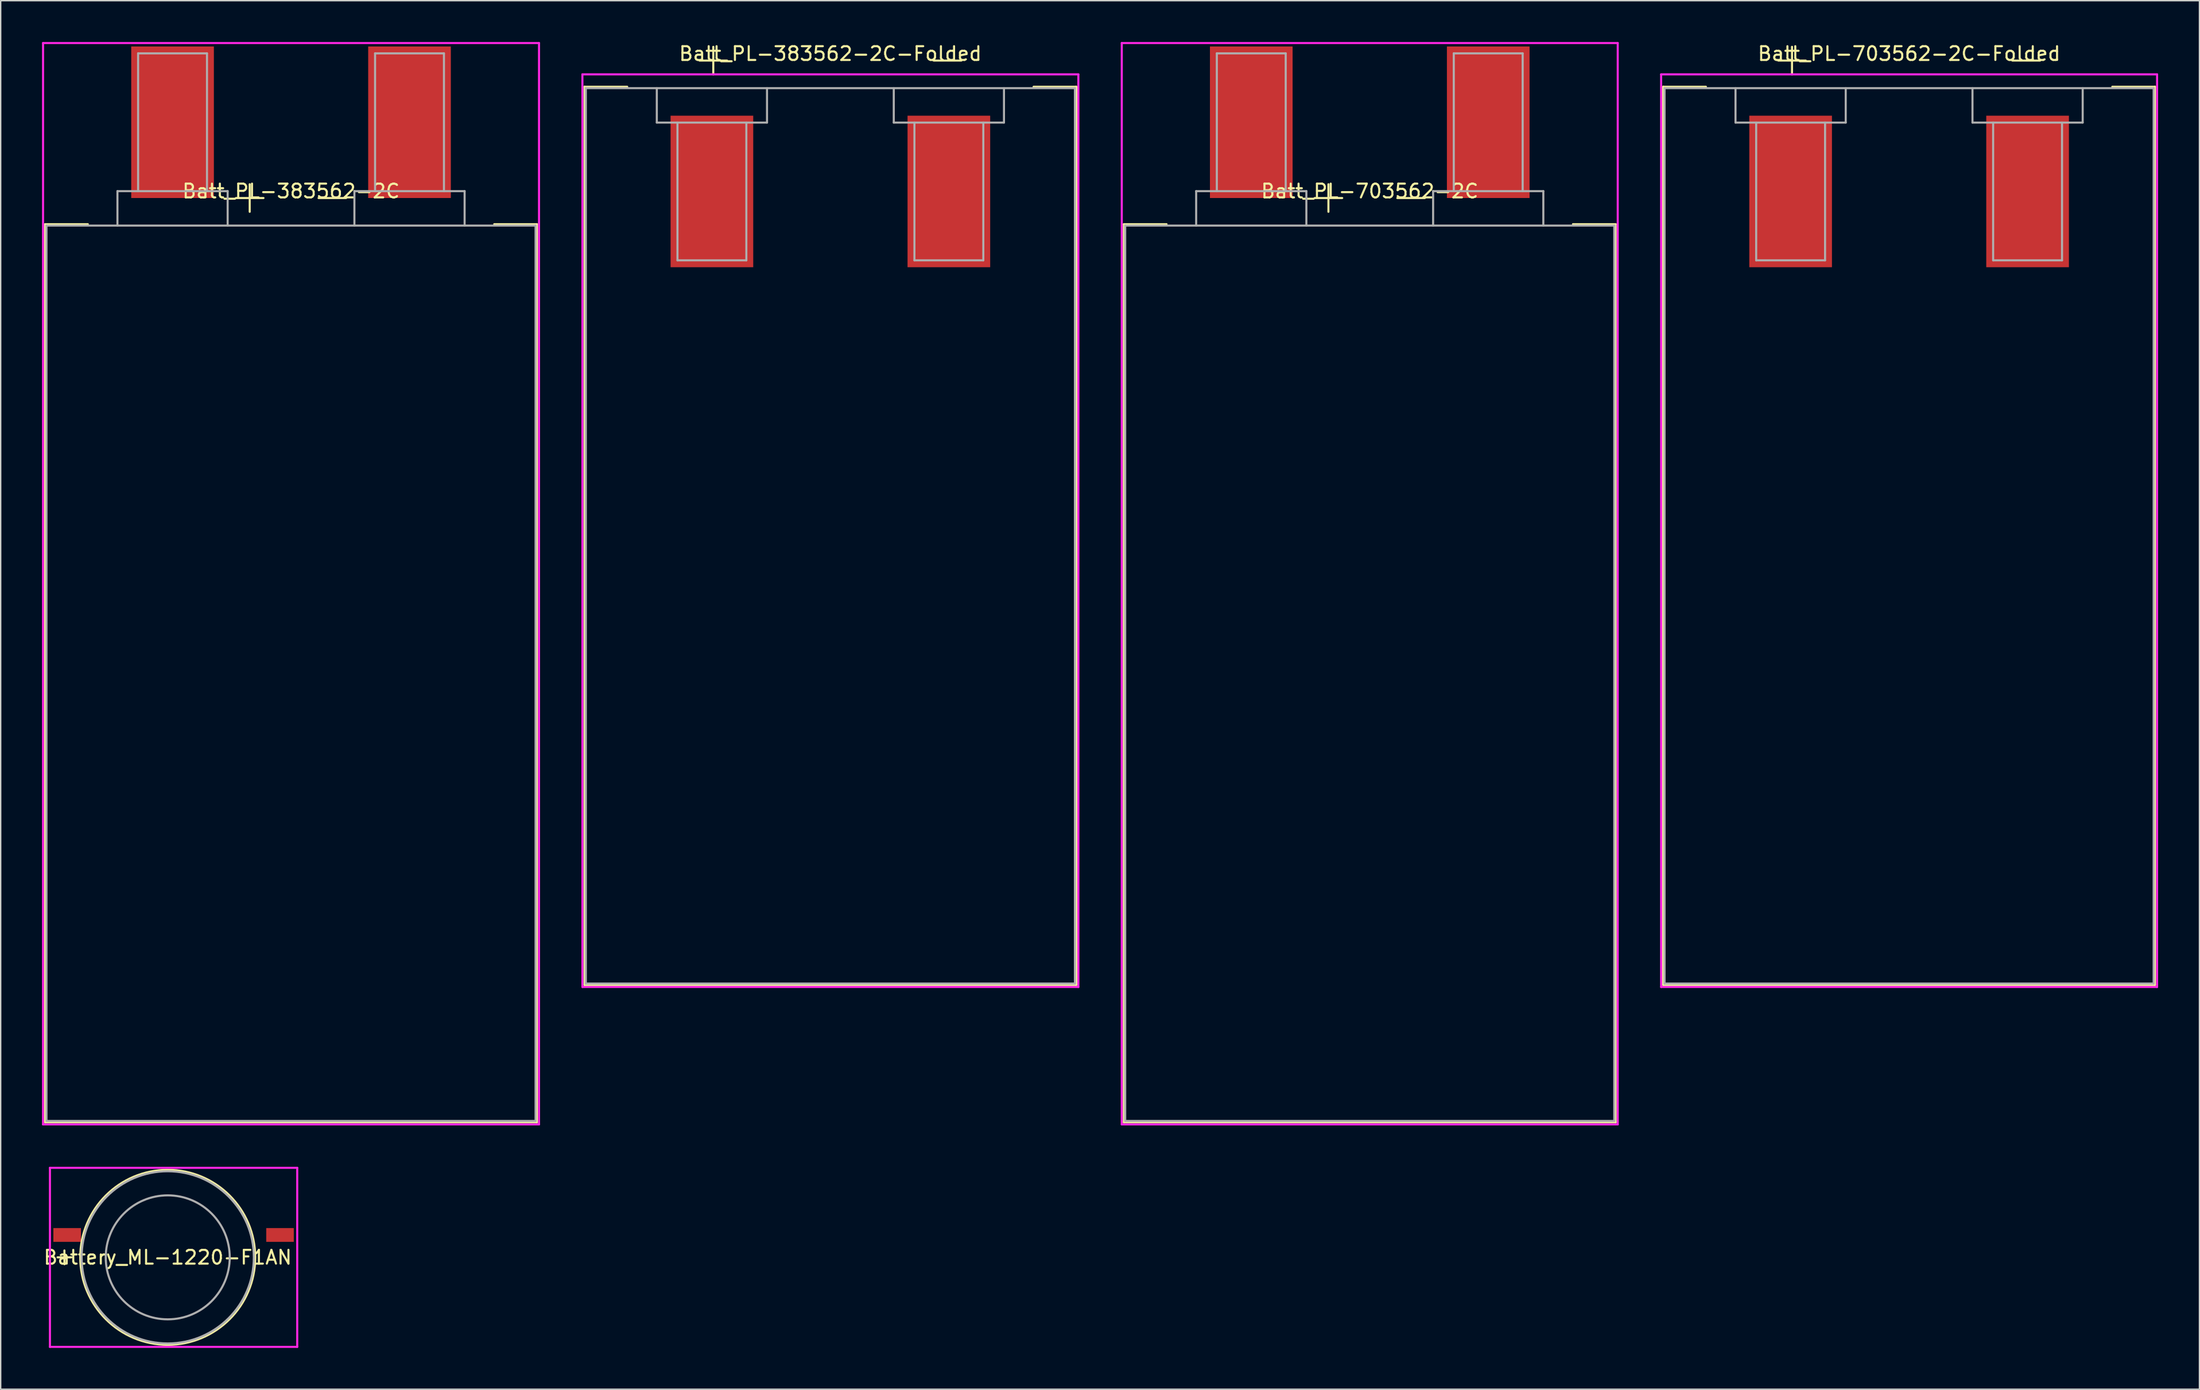
<source format=kicad_pcb>
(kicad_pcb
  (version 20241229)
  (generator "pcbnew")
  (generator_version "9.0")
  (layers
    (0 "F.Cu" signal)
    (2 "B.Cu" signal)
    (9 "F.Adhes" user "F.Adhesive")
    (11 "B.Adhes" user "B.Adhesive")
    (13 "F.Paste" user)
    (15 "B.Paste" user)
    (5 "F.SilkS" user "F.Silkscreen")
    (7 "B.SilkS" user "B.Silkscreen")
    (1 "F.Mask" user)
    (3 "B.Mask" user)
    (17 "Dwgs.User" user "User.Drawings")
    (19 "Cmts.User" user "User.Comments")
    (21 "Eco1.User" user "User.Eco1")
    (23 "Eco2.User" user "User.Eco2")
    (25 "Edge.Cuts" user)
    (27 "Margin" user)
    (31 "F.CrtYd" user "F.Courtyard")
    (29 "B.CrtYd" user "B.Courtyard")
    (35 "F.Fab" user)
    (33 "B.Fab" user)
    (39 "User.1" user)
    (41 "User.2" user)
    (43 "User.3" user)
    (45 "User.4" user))
  (footprint "Batt_PL-383562-2C-Folded"
    (layer "F.Cu")
    (at 57.225 3.348)
    (property "Reference" "Batt_PL-383562-2C-Folded" (at 0 -2.5 0) (layer "F.SilkS") (effects (font (size 1 1) (thickness 0.15))))
    (attr through_hole)
    (fp_line (start -17.85 -0.1) (end -14.75 -0.1) (stroke (width 0.15) (type solid)) (layer "F.SilkS"))
    (fp_line (start -17.85 65.1) (end -17.85 -0.1) (stroke (width 0.15) (type solid)) (layer "F.SilkS"))
    (fp_line (start -9.5 -2) (end -7.5 -2) (stroke (width 0.15) (type solid)) (layer "F.SilkS"))
    (fp_line (start -8.5 -3) (end -8.5 -1) (stroke (width 0.15) (type solid)) (layer "F.SilkS"))
    (fp_line (start 7.5 -2) (end 9.5 -2) (stroke (width 0.15) (type solid)) (layer "F.SilkS"))
    (fp_line (start 14.75 -0.1) (end 17.85 -0.1) (stroke (width 0.15) (type solid)) (layer "F.SilkS"))
    (fp_line (start 17.85 -0.1) (end 17.85 65.1) (stroke (width 0.15) (type solid)) (layer "F.SilkS"))
    (fp_line (start 17.85 65.1) (end -17.85 65.1) (stroke (width 0.15) (type solid)) (layer "F.SilkS"))
    (fp_line (start -18 -1) (end -18 65.25) (stroke (width 0.15) (type solid)) (layer "F.CrtYd"))
    (fp_line (start -18 65.25) (end 18 65.25) (stroke (width 0.15) (type solid)) (layer "F.CrtYd"))
    (fp_line (start 18 -1) (end -18 -1) (stroke (width 0.15) (type solid)) (layer "F.CrtYd"))
    (fp_line (start 18 65.25) (end 18 -1) (stroke (width 0.15) (type solid)) (layer "F.CrtYd"))
    (fp_line (start -17.75 0) (end 17.75 0) (stroke (width 0.15) (type solid)) (layer "F.Fab"))
    (fp_line (start -17.75 65) (end -17.75 0) (stroke (width 0.15) (type solid)) (layer "F.Fab"))
    (fp_line (start -12.6 0) (end -12.6 2.5) (stroke (width 0.15) (type solid)) (layer "F.Fab"))
    (fp_line (start -12.6 2.5) (end -4.6 2.5) (stroke (width 0.15) (type solid)) (layer "F.Fab"))
    (fp_line (start -11.1 2.5) (end -11.1 12.5) (stroke (width 0.15) (type solid)) (layer "F.Fab"))
    (fp_line (start -11.1 12.5) (end -6.1 12.5) (stroke (width 0.15) (type solid)) (layer "F.Fab"))
    (fp_line (start -6.1 12.5) (end -6.1 2.5) (stroke (width 0.15) (type solid)) (layer "F.Fab"))
    (fp_line (start -4.6 2.5) (end -4.6 0) (stroke (width 0.15) (type solid)) (layer "F.Fab"))
    (fp_line (start 4.6 0) (end 4.6 2.5) (stroke (width 0.15) (type solid)) (layer "F.Fab"))
    (fp_line (start 4.6 2.5) (end 12.6 2.5) (stroke (width 0.15) (type solid)) (layer "F.Fab"))
    (fp_line (start 6.1 2.5) (end 6.1 12.5) (stroke (width 0.15) (type solid)) (layer "F.Fab"))
    (fp_line (start 6.1 12.5) (end 11.1 12.5) (stroke (width 0.15) (type solid)) (layer "F.Fab"))
    (fp_line (start 11.1 12.5) (end 11.1 2.5) (stroke (width 0.15) (type solid)) (layer "F.Fab"))
    (fp_line (start 12.6 2.5) (end 12.6 0) (stroke (width 0.15) (type solid)) (layer "F.Fab"))
    (fp_line (start 17.75 0) (end 17.75 65) (stroke (width 0.15) (type solid)) (layer "F.Fab"))
    (fp_line (start 17.75 65) (end -17.75 65) (stroke (width 0.15) (type solid)) (layer "F.Fab"))
    (pad "1" smd rect (at -8.6 7.5) (size 6 11) (layers "F.Cu" "F.Mask"))
    (pad "2" smd rect (at 8.6 7.5) (size 6 11) (layers "F.Cu" "F.Mask")))
  (footprint "Battery_ML-1220-F1AN"
    (layer "F.Cu")
    (at 9.125 88.225)
    (property "Reference" "Battery_ML-1220-F1AN" (at 0 0 0) (layer "F.SilkS") (effects (font (size 1 1) (thickness 0.15))))
    (attr through_hole)
    (fp_line (start -8 0) (end -7 0) (stroke (width 0.15) (type solid)) (layer "F.SilkS"))
    (fp_line (start -7.5 -0.5) (end -7.5 0.5) (stroke (width 0.15) (type solid)) (layer "F.SilkS"))
    (fp_circle (center 0 0) (end 0 -6.35) (stroke (width 0.15) (type solid)) (fill no) (layer "F.SilkS"))
    (fp_line (start -8.55 -6.5) (end 9.4 -6.5) (stroke (width 0.15) (type solid)) (layer "F.CrtYd"))
    (fp_line (start -8.55 6.5) (end -8.55 -6.5) (stroke (width 0.15) (type solid)) (layer "F.CrtYd"))
    (fp_line (start 9.4 -6.5) (end 9.4 6.5) (stroke (width 0.15) (type solid)) (layer "F.CrtYd"))
    (fp_line (start 9.4 6.5) (end -8.55 6.5) (stroke (width 0.15) (type solid)) (layer "F.CrtYd"))
    (fp_circle (center 0 0) (end 0 -6.25) (stroke (width 0.15) (type solid)) (fill no) (layer "F.Fab"))
    (fp_circle (center 0 0) (end 4.5 0) (stroke (width 0.15) (type solid)) (fill no) (layer "F.Fab"))
    (pad "1" smd rect (at -7.3 -1.625) (size 2 1) (layers "F.Cu" "F.Mask" "F.Paste"))
    (pad "2" smd rect (at 8.15 -1.625) (size 2 1) (layers "F.Cu" "F.Mask" "F.Paste")))
  (footprint "Batt_PL-383562-2C"
    (layer "F.Cu")
    (at 18.075 13.325)
    (property "Reference" "Batt_PL-383562-2C" (at 0 -2.5 0) (layer "F.SilkS") (effects (font (size 1 1) (thickness 0.15))))
    (attr through_hole)
    (fp_line (start -17.85 -0.1) (end -14.75 -0.1) (stroke (width 0.15) (type solid)) (layer "F.SilkS"))
    (fp_line (start -17.85 65.1) (end -17.85 -0.1) (stroke (width 0.15) (type solid)) (layer "F.SilkS"))
    (fp_line (start -4 -2) (end -2 -2) (stroke (width 0.15) (type solid)) (layer "F.SilkS"))
    (fp_line (start -3 -3) (end -3 -1) (stroke (width 0.15) (type solid)) (layer "F.SilkS"))
    (fp_line (start 2 -2) (end 4 -2) (stroke (width 0.15) (type solid)) (layer "F.SilkS"))
    (fp_line (start 14.75 -0.1) (end 17.85 -0.1) (stroke (width 0.15) (type solid)) (layer "F.SilkS"))
    (fp_line (start 17.85 -0.1) (end 17.85 65.1) (stroke (width 0.15) (type solid)) (layer "F.SilkS"))
    (fp_line (start 17.85 65.1) (end -17.85 65.1) (stroke (width 0.15) (type solid)) (layer "F.SilkS"))
    (fp_line (start -18 -13.25) (end -18 65.25) (stroke (width 0.15) (type solid)) (layer "F.CrtYd"))
    (fp_line (start -18 65.25) (end 18 65.25) (stroke (width 0.15) (type solid)) (layer "F.CrtYd"))
    (fp_line (start 18 -13.25) (end -18 -13.25) (stroke (width 0.15) (type solid)) (layer "F.CrtYd"))
    (fp_line (start 18 65.25) (end 18 -13.25) (stroke (width 0.15) (type solid)) (layer "F.CrtYd"))
    (fp_line (start -17.75 0) (end 17.75 0) (stroke (width 0.15) (type solid)) (layer "F.Fab"))
    (fp_line (start -17.75 65) (end -17.75 0) (stroke (width 0.15) (type solid)) (layer "F.Fab"))
    (fp_line (start -12.6 -2.5) (end -4.6 -2.5) (stroke (width 0.15) (type solid)) (layer "F.Fab"))
    (fp_line (start -12.6 0) (end -12.6 -2.5) (stroke (width 0.15) (type solid)) (layer "F.Fab"))
    (fp_line (start -11.1 -12.5) (end -6.1 -12.5) (stroke (width 0.15) (type solid)) (layer "F.Fab"))
    (fp_line (start -11.1 -2.5) (end -11.1 -12.5) (stroke (width 0.15) (type solid)) (layer "F.Fab"))
    (fp_line (start -6.1 -12.5) (end -6.1 -2.5) (stroke (width 0.15) (type solid)) (layer "F.Fab"))
    (fp_line (start -4.6 -2.5) (end -4.6 0) (stroke (width 0.15) (type solid)) (layer "F.Fab"))
    (fp_line (start 4.6 -2.5) (end 12.6 -2.5) (stroke (width 0.15) (type solid)) (layer "F.Fab"))
    (fp_line (start 4.6 0) (end 4.6 -2.5) (stroke (width 0.15) (type solid)) (layer "F.Fab"))
    (fp_line (start 6.1 -12.5) (end 11.1 -12.5) (stroke (width 0.15) (type solid)) (layer "F.Fab"))
    (fp_line (start 6.1 -2.5) (end 6.1 -12.5) (stroke (width 0.15) (type solid)) (layer "F.Fab"))
    (fp_line (start 11.1 -12.5) (end 11.1 -2.5) (stroke (width 0.15) (type solid)) (layer "F.Fab"))
    (fp_line (start 12.6 -2.5) (end 12.6 0) (stroke (width 0.15) (type solid)) (layer "F.Fab"))
    (fp_line (start 17.75 0) (end 17.75 65) (stroke (width 0.15) (type solid)) (layer "F.Fab"))
    (fp_line (start 17.75 65) (end -17.75 65) (stroke (width 0.15) (type solid)) (layer "F.Fab"))
    (pad "1" smd rect (at -8.6 -7.5) (size 6 11) (layers "F.Cu" "F.Mask"))
    (pad "2" smd rect (at 8.6 -7.5) (size 6 11) (layers "F.Cu" "F.Mask")))
  (footprint "Batt_PL-703562-2C-Folded"
    (layer "F.Cu")
    (at 135.525 3.348)
    (property "Reference" "Batt_PL-703562-2C-Folded" (at 0 -2.5 0) (layer "F.SilkS") (effects (font (size 1 1) (thickness 0.15))))
    (attr through_hole)
    (fp_line (start -17.85 -0.1) (end -14.75 -0.1) (stroke (width 0.15) (type solid)) (layer "F.SilkS"))
    (fp_line (start -17.85 65.1) (end -17.85 -0.1) (stroke (width 0.15) (type solid)) (layer "F.SilkS"))
    (fp_line (start -9.5 -2) (end -7.5 -2) (stroke (width 0.15) (type solid)) (layer "F.SilkS"))
    (fp_line (start -8.5 -3) (end -8.5 -1) (stroke (width 0.15) (type solid)) (layer "F.SilkS"))
    (fp_line (start 7.5 -2) (end 9.5 -2) (stroke (width 0.15) (type solid)) (layer "F.SilkS"))
    (fp_line (start 14.75 -0.1) (end 17.85 -0.1) (stroke (width 0.15) (type solid)) (layer "F.SilkS"))
    (fp_line (start 17.85 -0.1) (end 17.85 65.1) (stroke (width 0.15) (type solid)) (layer "F.SilkS"))
    (fp_line (start 17.85 65.1) (end -17.85 65.1) (stroke (width 0.15) (type solid)) (layer "F.SilkS"))
    (fp_line (start -18 -1) (end -18 65.25) (stroke (width 0.15) (type solid)) (layer "F.CrtYd"))
    (fp_line (start -18 65.25) (end 18 65.25) (stroke (width 0.15) (type solid)) (layer "F.CrtYd"))
    (fp_line (start 18 -1) (end -18 -1) (stroke (width 0.15) (type solid)) (layer "F.CrtYd"))
    (fp_line (start 18 65.25) (end 18 -1) (stroke (width 0.15) (type solid)) (layer "F.CrtYd"))
    (fp_line (start -17.75 0) (end 17.75 0) (stroke (width 0.15) (type solid)) (layer "F.Fab"))
    (fp_line (start -17.75 65) (end -17.75 0) (stroke (width 0.15) (type solid)) (layer "F.Fab"))
    (fp_line (start -12.6 0) (end -12.6 2.5) (stroke (width 0.15) (type solid)) (layer "F.Fab"))
    (fp_line (start -12.6 2.5) (end -4.6 2.5) (stroke (width 0.15) (type solid)) (layer "F.Fab"))
    (fp_line (start -11.1 2.5) (end -11.1 12.5) (stroke (width 0.15) (type solid)) (layer "F.Fab"))
    (fp_line (start -11.1 12.5) (end -6.1 12.5) (stroke (width 0.15) (type solid)) (layer "F.Fab"))
    (fp_line (start -6.1 12.5) (end -6.1 2.5) (stroke (width 0.15) (type solid)) (layer "F.Fab"))
    (fp_line (start -4.6 2.5) (end -4.6 0) (stroke (width 0.15) (type solid)) (layer "F.Fab"))
    (fp_line (start 4.6 0) (end 4.6 2.5) (stroke (width 0.15) (type solid)) (layer "F.Fab"))
    (fp_line (start 4.6 2.5) (end 12.6 2.5) (stroke (width 0.15) (type solid)) (layer "F.Fab"))
    (fp_line (start 6.1 2.5) (end 6.1 12.5) (stroke (width 0.15) (type solid)) (layer "F.Fab"))
    (fp_line (start 6.1 12.5) (end 11.1 12.5) (stroke (width 0.15) (type solid)) (layer "F.Fab"))
    (fp_line (start 11.1 12.5) (end 11.1 2.5) (stroke (width 0.15) (type solid)) (layer "F.Fab"))
    (fp_line (start 12.6 2.5) (end 12.6 0) (stroke (width 0.15) (type solid)) (layer "F.Fab"))
    (fp_line (start 17.75 0) (end 17.75 65) (stroke (width 0.15) (type solid)) (layer "F.Fab"))
    (fp_line (start 17.75 65) (end -17.75 65) (stroke (width 0.15) (type solid)) (layer "F.Fab"))
    (pad "1" smd rect (at -8.6 7.5) (size 6 11) (layers "F.Cu" "F.Mask"))
    (pad "2" smd rect (at 8.6 7.5) (size 6 11) (layers "F.Cu" "F.Mask")))
  (footprint "Batt_PL-703562-2C"
    (layer "F.Cu")
    (at 96.375 13.325)
    (property "Reference" "Batt_PL-703562-2C" (at 0 -2.5 0) (layer "F.SilkS") (effects (font (size 1 1) (thickness 0.15))))
    (attr through_hole)
    (fp_line (start -17.85 -0.1) (end -14.75 -0.1) (stroke (width 0.15) (type solid)) (layer "F.SilkS"))
    (fp_line (start -17.85 65.1) (end -17.85 -0.1) (stroke (width 0.15) (type solid)) (layer "F.SilkS"))
    (fp_line (start -4 -2) (end -2 -2) (stroke (width 0.15) (type solid)) (layer "F.SilkS"))
    (fp_line (start -3 -3) (end -3 -1) (stroke (width 0.15) (type solid)) (layer "F.SilkS"))
    (fp_line (start 2 -2) (end 4 -2) (stroke (width 0.15) (type solid)) (layer "F.SilkS"))
    (fp_line (start 14.75 -0.1) (end 17.85 -0.1) (stroke (width 0.15) (type solid)) (layer "F.SilkS"))
    (fp_line (start 17.85 -0.1) (end 17.85 65.1) (stroke (width 0.15) (type solid)) (layer "F.SilkS"))
    (fp_line (start 17.85 65.1) (end -17.85 65.1) (stroke (width 0.15) (type solid)) (layer "F.SilkS"))
    (fp_line (start -18 -13.25) (end -18 65.25) (stroke (width 0.15) (type solid)) (layer "F.CrtYd"))
    (fp_line (start -18 65.25) (end 18 65.25) (stroke (width 0.15) (type solid)) (layer "F.CrtYd"))
    (fp_line (start 18 -13.25) (end -18 -13.25) (stroke (width 0.15) (type solid)) (layer "F.CrtYd"))
    (fp_line (start 18 65.25) (end 18 -13.25) (stroke (width 0.15) (type solid)) (layer "F.CrtYd"))
    (fp_line (start -17.75 0) (end 17.75 0) (stroke (width 0.15) (type solid)) (layer "F.Fab"))
    (fp_line (start -17.75 65) (end -17.75 0) (stroke (width 0.15) (type solid)) (layer "F.Fab"))
    (fp_line (start -12.6 -2.5) (end -4.6 -2.5) (stroke (width 0.15) (type solid)) (layer "F.Fab"))
    (fp_line (start -12.6 0) (end -12.6 -2.5) (stroke (width 0.15) (type solid)) (layer "F.Fab"))
    (fp_line (start -11.1 -12.5) (end -6.1 -12.5) (stroke (width 0.15) (type solid)) (layer "F.Fab"))
    (fp_line (start -11.1 -2.5) (end -11.1 -12.5) (stroke (width 0.15) (type solid)) (layer "F.Fab"))
    (fp_line (start -6.1 -12.5) (end -6.1 -2.5) (stroke (width 0.15) (type solid)) (layer "F.Fab"))
    (fp_line (start -4.6 -2.5) (end -4.6 0) (stroke (width 0.15) (type solid)) (layer "F.Fab"))
    (fp_line (start 4.6 -2.5) (end 12.6 -2.5) (stroke (width 0.15) (type solid)) (layer "F.Fab"))
    (fp_line (start 4.6 0) (end 4.6 -2.5) (stroke (width 0.15) (type solid)) (layer "F.Fab"))
    (fp_line (start 6.1 -12.5) (end 11.1 -12.5) (stroke (width 0.15) (type solid)) (layer "F.Fab"))
    (fp_line (start 6.1 -2.5) (end 6.1 -12.5) (stroke (width 0.15) (type solid)) (layer "F.Fab"))
    (fp_line (start 11.1 -12.5) (end 11.1 -2.5) (stroke (width 0.15) (type solid)) (layer "F.Fab"))
    (fp_line (start 12.6 -2.5) (end 12.6 0) (stroke (width 0.15) (type solid)) (layer "F.Fab"))
    (fp_line (start 17.75 0) (end 17.75 65) (stroke (width 0.15) (type solid)) (layer "F.Fab"))
    (fp_line (start 17.75 65) (end -17.75 65) (stroke (width 0.15) (type solid)) (layer "F.Fab"))
    (pad "1" smd rect (at -8.6 -7.5) (size 6 11) (layers "F.Cu" "F.Mask"))
    (pad "2" smd rect (at 8.6 -7.5) (size 6 11) (layers "F.Cu" "F.Mask")))
  (gr_rect
    (start -3 -3)
    (end 156.6 97.8)
    (stroke (width 0.1) (type default))
    (fill no)
    (layer "Edge.Cuts")))
</source>
